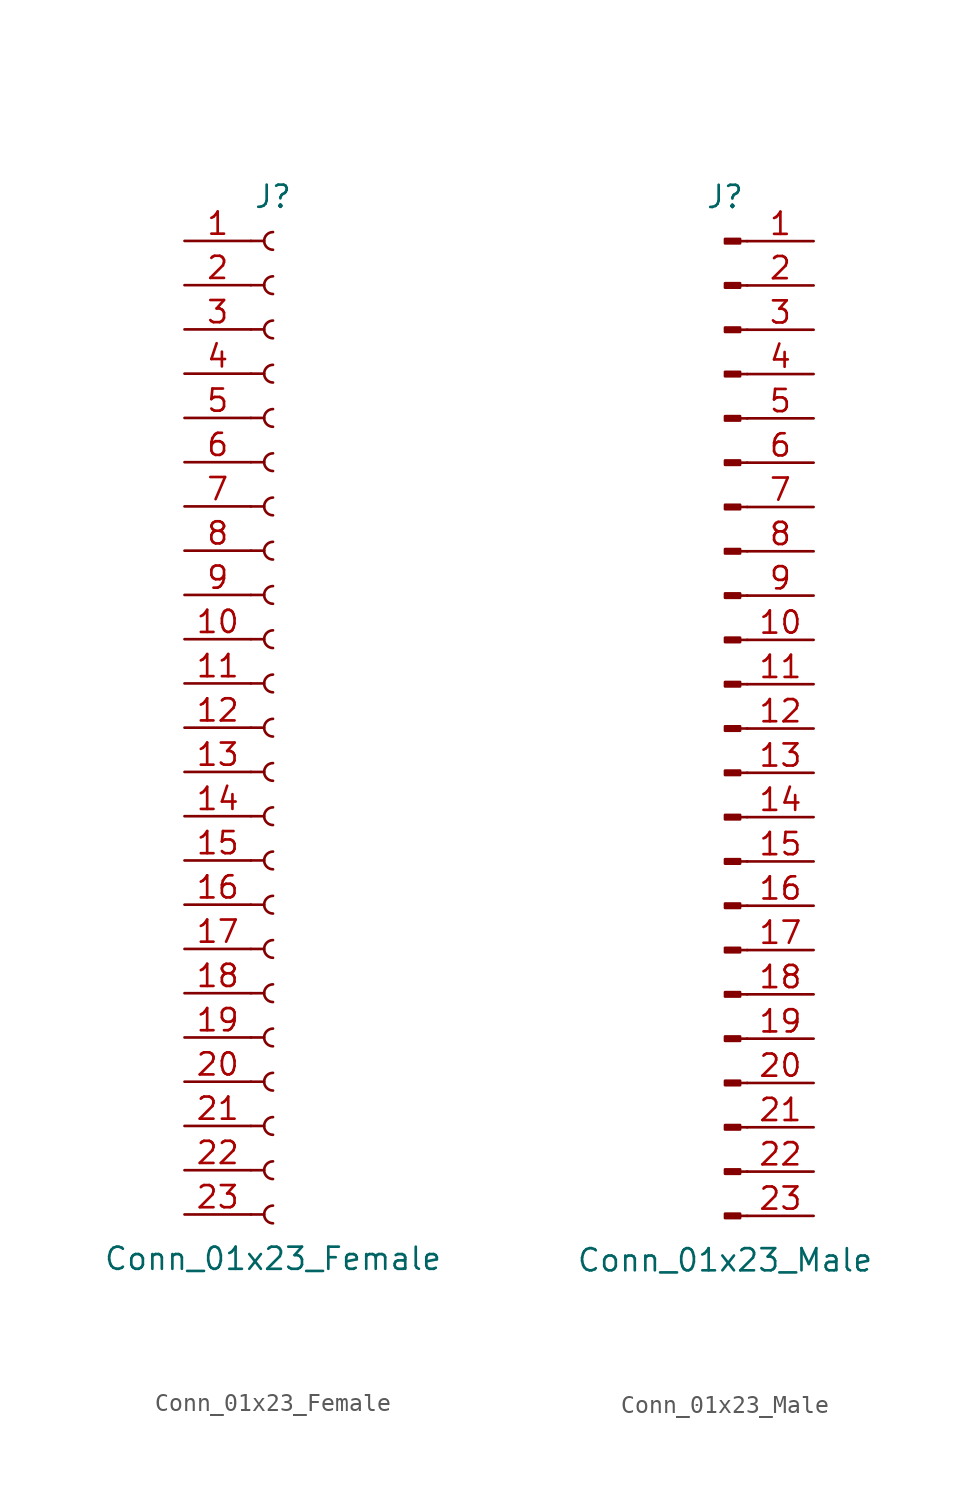
<source format=kicad_sym>
(kicad_symbol_lib
  (version 20220914)
  (generator kicad_symbol_editor)
  (symbol "Conn_01x23_Female"
    (pin_names
      (offset 1.016) hide)
    (property "Reference" "J"
      (at 0 30.48 0)
      (effects (font (size 1.27 1.27))))
    (property "Value" "Conn_01x23_Female"
      (at 0 -30.48 0)
      (effects (font (size 1.27 1.27))))
    (symbol "Conn_01x23_Female_1_1"
      (arc (start 0 -27.432) (mid -0.5058 -27.94) (end 0 -28.448) (stroke (width 0.1524) (type solid)) (fill (type none)))
      (arc (start 0 -24.892) (mid -0.5058 -25.4) (end 0 -25.908) (stroke (width 0.1524) (type solid)) (fill (type none)))
      (arc (start 0 -22.352) (mid -0.5058 -22.86) (end 0 -23.368) (stroke (width 0.1524) (type solid)) (fill (type none)))
      (arc (start 0 -19.812) (mid -0.5058 -20.32) (end 0 -20.828) (stroke (width 0.1524) (type solid)) (fill (type none)))
      (arc (start 0 -17.272) (mid -0.5058 -17.78) (end 0 -18.288) (stroke (width 0.1524) (type solid)) (fill (type none)))
      (arc (start 0 -14.732) (mid -0.5058 -15.24) (end 0 -15.748) (stroke (width 0.1524) (type solid)) (fill (type none)))
      (arc (start 0 -12.192) (mid -0.5058 -12.7) (end 0 -13.208) (stroke (width 0.1524) (type solid)) (fill (type none)))
      (arc (start 0 -9.652) (mid -0.5058 -10.16) (end 0 -10.668) (stroke (width 0.1524) (type solid)) (fill (type none)))
      (arc (start 0 -7.112) (mid -0.5058 -7.62) (end 0 -8.128) (stroke (width 0.1524) (type solid)) (fill (type none)))
      (arc (start 0 -4.572) (mid -0.5058 -5.08) (end 0 -5.588) (stroke (width 0.1524) (type solid)) (fill (type none)))
      (arc (start 0 -2.032) (mid -0.5058 -2.54) (end 0 -3.048) (stroke (width 0.1524) (type solid)) (fill (type none)))
      (polyline (pts (xy -1.27 -27.94) (xy -0.508 -27.94)) (stroke (width 0.152) (type solid)) (fill (type none)))
      (polyline (pts (xy -1.27 -25.4) (xy -0.508 -25.4)) (stroke (width 0.152) (type solid)) (fill (type none)))
      (polyline (pts (xy -1.27 -22.86) (xy -0.508 -22.86)) (stroke (width 0.152) (type solid)) (fill (type none)))
      (polyline (pts (xy -1.27 -20.32) (xy -0.508 -20.32)) (stroke (width 0.152) (type solid)) (fill (type none)))
      (polyline (pts (xy -1.27 -17.78) (xy -0.508 -17.78)) (stroke (width 0.152) (type solid)) (fill (type none)))
      (polyline (pts (xy -1.27 -15.24) (xy -0.508 -15.24)) (stroke (width 0.152) (type solid)) (fill (type none)))
      (polyline (pts (xy -1.27 -12.7) (xy -0.508 -12.7)) (stroke (width 0.152) (type solid)) (fill (type none)))
      (polyline (pts (xy -1.27 -10.16) (xy -0.508 -10.16)) (stroke (width 0.152) (type solid)) (fill (type none)))
      (polyline (pts (xy -1.27 -7.62) (xy -0.508 -7.62)) (stroke (width 0.152) (type solid)) (fill (type none)))
      (polyline (pts (xy -1.27 -5.08) (xy -0.508 -5.08)) (stroke (width 0.152) (type solid)) (fill (type none)))
      (polyline (pts (xy -1.27 -2.54) (xy -0.508 -2.54)) (stroke (width 0.152) (type solid)) (fill (type none)))
      (polyline (pts (xy -1.27 0) (xy -0.508 0)) (stroke (width 0.152) (type solid)) (fill (type none)))
      (polyline (pts (xy -1.27 2.54) (xy -0.508 2.54)) (stroke (width 0.152) (type solid)) (fill (type none)))
      (polyline (pts (xy -1.27 5.08) (xy -0.508 5.08)) (stroke (width 0.152) (type solid)) (fill (type none)))
      (polyline (pts (xy -1.27 7.62) (xy -0.508 7.62)) (stroke (width 0.152) (type solid)) (fill (type none)))
      (polyline (pts (xy -1.27 10.16) (xy -0.508 10.16)) (stroke (width 0.152) (type solid)) (fill (type none)))
      (polyline (pts (xy -1.27 12.7) (xy -0.508 12.7)) (stroke (width 0.152) (type solid)) (fill (type none)))
      (polyline (pts (xy -1.27 15.24) (xy -0.508 15.24)) (stroke (width 0.152) (type solid)) (fill (type none)))
      (polyline (pts (xy -1.27 17.78) (xy -0.508 17.78)) (stroke (width 0.152) (type solid)) (fill (type none)))
      (polyline (pts (xy -1.27 20.32) (xy -0.508 20.32)) (stroke (width 0.152) (type solid)) (fill (type none)))
      (polyline (pts (xy -1.27 22.86) (xy -0.508 22.86)) (stroke (width 0.152) (type solid)) (fill (type none)))
      (polyline (pts (xy -1.27 25.4) (xy -0.508 25.4)) (stroke (width 0.152) (type solid)) (fill (type none)))
      (polyline (pts (xy -1.27 27.94) (xy -0.508 27.94)) (stroke (width 0.152) (type solid)) (fill (type none)))
      (arc (start 0 0.508) (mid -0.5058 0) (end 0 -0.508) (stroke (width 0.1524) (type solid)) (fill (type none)))
      (arc (start 0 3.048) (mid -0.5058 2.54) (end 0 2.032) (stroke (width 0.1524) (type solid)) (fill (type none)))
      (arc (start 0 5.588) (mid -0.5058 5.08) (end 0 4.572) (stroke (width 0.1524) (type solid)) (fill (type none)))
      (arc (start 0 8.128) (mid -0.5058 7.62) (end 0 7.112) (stroke (width 0.1524) (type solid)) (fill (type none)))
      (arc (start 0 10.668) (mid -0.5058 10.16) (end 0 9.652) (stroke (width 0.1524) (type solid)) (fill (type none)))
      (arc (start 0 13.208) (mid -0.5058 12.7) (end 0 12.192) (stroke (width 0.1524) (type solid)) (fill (type none)))
      (arc (start 0 15.748) (mid -0.5058 15.24) (end 0 14.732) (stroke (width 0.1524) (type solid)) (fill (type none)))
      (arc (start 0 18.288) (mid -0.5058 17.78) (end 0 17.272) (stroke (width 0.1524) (type solid)) (fill (type none)))
      (arc (start 0 20.828) (mid -0.5058 20.32) (end 0 19.812) (stroke (width 0.1524) (type solid)) (fill (type none)))
      (arc (start 0 23.368) (mid -0.5058 22.86) (end 0 22.352) (stroke (width 0.1524) (type solid)) (fill (type none)))
      (arc (start 0 25.908) (mid -0.5058 25.4) (end 0 24.892) (stroke (width 0.1524) (type solid)) (fill (type none)))
      (arc (start 0 28.448) (mid -0.5058 27.94) (end 0 27.432) (stroke (width 0.1524) (type solid)) (fill (type none)))
      (pin passive line (at -5.08 27.94 0) (length 3.81) (name "Pin_1" (effects (font (size 1.27 1.27)))) (number "1" (effects (font (size 1.27 1.27)))))
      (pin passive line (at -5.08 5.08 0) (length 3.81) (name "Pin_10" (effects (font (size 1.27 1.27)))) (number "10" (effects (font (size 1.27 1.27)))))
      (pin passive line (at -5.08 2.54 0) (length 3.81) (name "Pin_11" (effects (font (size 1.27 1.27)))) (number "11" (effects (font (size 1.27 1.27)))))
      (pin passive line (at -5.08 0 0) (length 3.81) (name "Pin_12" (effects (font (size 1.27 1.27)))) (number "12" (effects (font (size 1.27 1.27)))))
      (pin passive line (at -5.08 -2.54 0) (length 3.81) (name "Pin_13" (effects (font (size 1.27 1.27)))) (number "13" (effects (font (size 1.27 1.27)))))
      (pin passive line (at -5.08 -5.08 0) (length 3.81) (name "Pin_14" (effects (font (size 1.27 1.27)))) (number "14" (effects (font (size 1.27 1.27)))))
      (pin passive line (at -5.08 -7.62 0) (length 3.81) (name "Pin_15" (effects (font (size 1.27 1.27)))) (number "15" (effects (font (size 1.27 1.27)))))
      (pin passive line (at -5.08 -10.16 0) (length 3.81) (name "Pin_16" (effects (font (size 1.27 1.27)))) (number "16" (effects (font (size 1.27 1.27)))))
      (pin passive line (at -5.08 -12.7 0) (length 3.81) (name "Pin_17" (effects (font (size 1.27 1.27)))) (number "17" (effects (font (size 1.27 1.27)))))
      (pin passive line (at -5.08 -15.24 0) (length 3.81) (name "Pin_18" (effects (font (size 1.27 1.27)))) (number "18" (effects (font (size 1.27 1.27)))))
      (pin passive line (at -5.08 -17.78 0) (length 3.81) (name "Pin_19" (effects (font (size 1.27 1.27)))) (number "19" (effects (font (size 1.27 1.27)))))
      (pin passive line (at -5.08 25.4 0) (length 3.81) (name "Pin_2" (effects (font (size 1.27 1.27)))) (number "2" (effects (font (size 1.27 1.27)))))
      (pin passive line (at -5.08 -20.32 0) (length 3.81) (name "Pin_20" (effects (font (size 1.27 1.27)))) (number "20" (effects (font (size 1.27 1.27)))))
      (pin passive line (at -5.08 -22.86 0) (length 3.81) (name "Pin_21" (effects (font (size 1.27 1.27)))) (number "21" (effects (font (size 1.27 1.27)))))
      (pin passive line (at -5.08 -25.4 0) (length 3.81) (name "Pin_22" (effects (font (size 1.27 1.27)))) (number "22" (effects (font (size 1.27 1.27)))))
      (pin passive line (at -5.08 -27.94 0) (length 3.81) (name "Pin_23" (effects (font (size 1.27 1.27)))) (number "23" (effects (font (size 1.27 1.27)))))
      (pin passive line (at -5.08 22.86 0) (length 3.81) (name "Pin_3" (effects (font (size 1.27 1.27)))) (number "3" (effects (font (size 1.27 1.27)))))
      (pin passive line (at -5.08 20.32 0) (length 3.81) (name "Pin_4" (effects (font (size 1.27 1.27)))) (number "4" (effects (font (size 1.27 1.27)))))
      (pin passive line (at -5.08 17.78 0) (length 3.81) (name "Pin_5" (effects (font (size 1.27 1.27)))) (number "5" (effects (font (size 1.27 1.27)))))
      (pin passive line (at -5.08 15.24 0) (length 3.81) (name "Pin_6" (effects (font (size 1.27 1.27)))) (number "6" (effects (font (size 1.27 1.27)))))
      (pin passive line (at -5.08 12.7 0) (length 3.81) (name "Pin_7" (effects (font (size 1.27 1.27)))) (number "7" (effects (font (size 1.27 1.27)))))
      (pin passive line (at -5.08 10.16 0) (length 3.81) (name "Pin_8" (effects (font (size 1.27 1.27)))) (number "8" (effects (font (size 1.27 1.27)))))
      (pin passive line (at -5.08 7.62 0) (length 3.81) (name "Pin_9" (effects (font (size 1.27 1.27)))) (number "9" (effects (font (size 1.27 1.27)))))))
  (symbol "Conn_01x23_Male"
    (pin_names
      (offset 1.016) hide)
    (property "Reference" "J"
      (at 0 30.48 0)
      (effects (font (size 1.27 1.27))))
    (property "Value" "Conn_01x23_Male"
      (at 0 -30.48 0)
      (effects (font (size 1.27 1.27))))
    (symbol "Conn_01x23_Male_1_1"
      (polyline (pts (xy 1.27 -27.94) (xy 0.864 -27.94)) (stroke (width 0.152) (type solid)) (fill (type none)))
      (polyline (pts (xy 1.27 -25.4) (xy 0.864 -25.4)) (stroke (width 0.152) (type solid)) (fill (type none)))
      (polyline (pts (xy 1.27 -22.86) (xy 0.864 -22.86)) (stroke (width 0.152) (type solid)) (fill (type none)))
      (polyline (pts (xy 1.27 -20.32) (xy 0.864 -20.32)) (stroke (width 0.152) (type solid)) (fill (type none)))
      (polyline (pts (xy 1.27 -17.78) (xy 0.864 -17.78)) (stroke (width 0.152) (type solid)) (fill (type none)))
      (polyline (pts (xy 1.27 -15.24) (xy 0.864 -15.24)) (stroke (width 0.152) (type solid)) (fill (type none)))
      (polyline (pts (xy 1.27 -12.7) (xy 0.864 -12.7)) (stroke (width 0.152) (type solid)) (fill (type none)))
      (polyline (pts (xy 1.27 -10.16) (xy 0.864 -10.16)) (stroke (width 0.152) (type solid)) (fill (type none)))
      (polyline (pts (xy 1.27 -7.62) (xy 0.864 -7.62)) (stroke (width 0.152) (type solid)) (fill (type none)))
      (polyline (pts (xy 1.27 -5.08) (xy 0.864 -5.08)) (stroke (width 0.152) (type solid)) (fill (type none)))
      (polyline (pts (xy 1.27 -2.54) (xy 0.864 -2.54)) (stroke (width 0.152) (type solid)) (fill (type none)))
      (polyline (pts (xy 1.27 0) (xy 0.864 0)) (stroke (width 0.152) (type solid)) (fill (type none)))
      (polyline (pts (xy 1.27 2.54) (xy 0.864 2.54)) (stroke (width 0.152) (type solid)) (fill (type none)))
      (polyline (pts (xy 1.27 5.08) (xy 0.864 5.08)) (stroke (width 0.152) (type solid)) (fill (type none)))
      (polyline (pts (xy 1.27 7.62) (xy 0.864 7.62)) (stroke (width 0.152) (type solid)) (fill (type none)))
      (polyline (pts (xy 1.27 10.16) (xy 0.864 10.16)) (stroke (width 0.152) (type solid)) (fill (type none)))
      (polyline (pts (xy 1.27 12.7) (xy 0.864 12.7)) (stroke (width 0.152) (type solid)) (fill (type none)))
      (polyline (pts (xy 1.27 15.24) (xy 0.864 15.24)) (stroke (width 0.152) (type solid)) (fill (type none)))
      (polyline (pts (xy 1.27 17.78) (xy 0.864 17.78)) (stroke (width 0.152) (type solid)) (fill (type none)))
      (polyline (pts (xy 1.27 20.32) (xy 0.864 20.32)) (stroke (width 0.152) (type solid)) (fill (type none)))
      (polyline (pts (xy 1.27 22.86) (xy 0.864 22.86)) (stroke (width 0.152) (type solid)) (fill (type none)))
      (polyline (pts (xy 1.27 25.4) (xy 0.864 25.4)) (stroke (width 0.152) (type solid)) (fill (type none)))
      (polyline (pts (xy 1.27 27.94) (xy 0.864 27.94)) (stroke (width 0.152) (type solid)) (fill (type none)))
      (rectangle (start 0.864 -27.813) (end 0 -28.067) (stroke (width 0.152) (type solid)) (fill (type outline)))
      (rectangle (start 0.864 -25.273) (end 0 -25.527) (stroke (width 0.152) (type solid)) (fill (type outline)))
      (rectangle (start 0.864 -22.733) (end 0 -22.987) (stroke (width 0.152) (type solid)) (fill (type outline)))
      (rectangle (start 0.864 -20.193) (end 0 -20.447) (stroke (width 0.152) (type solid)) (fill (type outline)))
      (rectangle (start 0.864 -17.653) (end 0 -17.907) (stroke (width 0.152) (type solid)) (fill (type outline)))
      (rectangle (start 0.864 -15.113) (end 0 -15.367) (stroke (width 0.152) (type solid)) (fill (type outline)))
      (rectangle (start 0.864 -12.573) (end 0 -12.827) (stroke (width 0.152) (type solid)) (fill (type outline)))
      (rectangle (start 0.864 -10.033) (end 0 -10.287) (stroke (width 0.152) (type solid)) (fill (type outline)))
      (rectangle (start 0.864 -7.493) (end 0 -7.747) (stroke (width 0.152) (type solid)) (fill (type outline)))
      (rectangle (start 0.864 -4.953) (end 0 -5.207) (stroke (width 0.152) (type solid)) (fill (type outline)))
      (rectangle (start 0.864 -2.413) (end 0 -2.667) (stroke (width 0.152) (type solid)) (fill (type outline)))
      (rectangle (start 0.864 0.127) (end 0 -0.127) (stroke (width 0.152) (type solid)) (fill (type outline)))
      (rectangle (start 0.864 2.667) (end 0 2.413) (stroke (width 0.152) (type solid)) (fill (type outline)))
      (rectangle (start 0.864 5.207) (end 0 4.953) (stroke (width 0.152) (type solid)) (fill (type outline)))
      (rectangle (start 0.864 7.747) (end 0 7.493) (stroke (width 0.152) (type solid)) (fill (type outline)))
      (rectangle (start 0.864 10.287) (end 0 10.033) (stroke (width 0.152) (type solid)) (fill (type outline)))
      (rectangle (start 0.864 12.827) (end 0 12.573) (stroke (width 0.152) (type solid)) (fill (type outline)))
      (rectangle (start 0.864 15.367) (end 0 15.113) (stroke (width 0.152) (type solid)) (fill (type outline)))
      (rectangle (start 0.864 17.907) (end 0 17.653) (stroke (width 0.152) (type solid)) (fill (type outline)))
      (rectangle (start 0.864 20.447) (end 0 20.193) (stroke (width 0.152) (type solid)) (fill (type outline)))
      (rectangle (start 0.864 22.987) (end 0 22.733) (stroke (width 0.152) (type solid)) (fill (type outline)))
      (rectangle (start 0.864 25.527) (end 0 25.273) (stroke (width 0.152) (type solid)) (fill (type outline)))
      (rectangle (start 0.864 28.067) (end 0 27.813) (stroke (width 0.152) (type solid)) (fill (type outline)))
      (pin passive line (at 5.08 27.94 180) (length 3.81) (name "Pin_1" (effects (font (size 1.27 1.27)))) (number "1" (effects (font (size 1.27 1.27)))))
      (pin passive line (at 5.08 5.08 180) (length 3.81) (name "Pin_10" (effects (font (size 1.27 1.27)))) (number "10" (effects (font (size 1.27 1.27)))))
      (pin passive line (at 5.08 2.54 180) (length 3.81) (name "Pin_11" (effects (font (size 1.27 1.27)))) (number "11" (effects (font (size 1.27 1.27)))))
      (pin passive line (at 5.08 0 180) (length 3.81) (name "Pin_12" (effects (font (size 1.27 1.27)))) (number "12" (effects (font (size 1.27 1.27)))))
      (pin passive line (at 5.08 -2.54 180) (length 3.81) (name "Pin_13" (effects (font (size 1.27 1.27)))) (number "13" (effects (font (size 1.27 1.27)))))
      (pin passive line (at 5.08 -5.08 180) (length 3.81) (name "Pin_14" (effects (font (size 1.27 1.27)))) (number "14" (effects (font (size 1.27 1.27)))))
      (pin passive line (at 5.08 -7.62 180) (length 3.81) (name "Pin_15" (effects (font (size 1.27 1.27)))) (number "15" (effects (font (size 1.27 1.27)))))
      (pin passive line (at 5.08 -10.16 180) (length 3.81) (name "Pin_16" (effects (font (size 1.27 1.27)))) (number "16" (effects (font (size 1.27 1.27)))))
      (pin passive line (at 5.08 -12.7 180) (length 3.81) (name "Pin_17" (effects (font (size 1.27 1.27)))) (number "17" (effects (font (size 1.27 1.27)))))
      (pin passive line (at 5.08 -15.24 180) (length 3.81) (name "Pin_18" (effects (font (size 1.27 1.27)))) (number "18" (effects (font (size 1.27 1.27)))))
      (pin passive line (at 5.08 -17.78 180) (length 3.81) (name "Pin_19" (effects (font (size 1.27 1.27)))) (number "19" (effects (font (size 1.27 1.27)))))
      (pin passive line (at 5.08 25.4 180) (length 3.81) (name "Pin_2" (effects (font (size 1.27 1.27)))) (number "2" (effects (font (size 1.27 1.27)))))
      (pin passive line (at 5.08 -20.32 180) (length 3.81) (name "Pin_20" (effects (font (size 1.27 1.27)))) (number "20" (effects (font (size 1.27 1.27)))))
      (pin passive line (at 5.08 -22.86 180) (length 3.81) (name "Pin_21" (effects (font (size 1.27 1.27)))) (number "21" (effects (font (size 1.27 1.27)))))
      (pin passive line (at 5.08 -25.4 180) (length 3.81) (name "Pin_22" (effects (font (size 1.27 1.27)))) (number "22" (effects (font (size 1.27 1.27)))))
      (pin passive line (at 5.08 -27.94 180) (length 3.81) (name "Pin_23" (effects (font (size 1.27 1.27)))) (number "23" (effects (font (size 1.27 1.27)))))
      (pin passive line (at 5.08 22.86 180) (length 3.81) (name "Pin_3" (effects (font (size 1.27 1.27)))) (number "3" (effects (font (size 1.27 1.27)))))
      (pin passive line (at 5.08 20.32 180) (length 3.81) (name "Pin_4" (effects (font (size 1.27 1.27)))) (number "4" (effects (font (size 1.27 1.27)))))
      (pin passive line (at 5.08 17.78 180) (length 3.81) (name "Pin_5" (effects (font (size 1.27 1.27)))) (number "5" (effects (font (size 1.27 1.27)))))
      (pin passive line (at 5.08 15.24 180) (length 3.81) (name "Pin_6" (effects (font (size 1.27 1.27)))) (number "6" (effects (font (size 1.27 1.27)))))
      (pin passive line (at 5.08 12.7 180) (length 3.81) (name "Pin_7" (effects (font (size 1.27 1.27)))) (number "7" (effects (font (size 1.27 1.27)))))
      (pin passive line (at 5.08 10.16 180) (length 3.81) (name "Pin_8" (effects (font (size 1.27 1.27)))) (number "8" (effects (font (size 1.27 1.27)))))
      (pin passive line (at 5.08 7.62 180) (length 3.81) (name "Pin_9" (effects (font (size 1.27 1.27)))) (number "9" (effects (font (size 1.27 1.27))))))))
</source>
